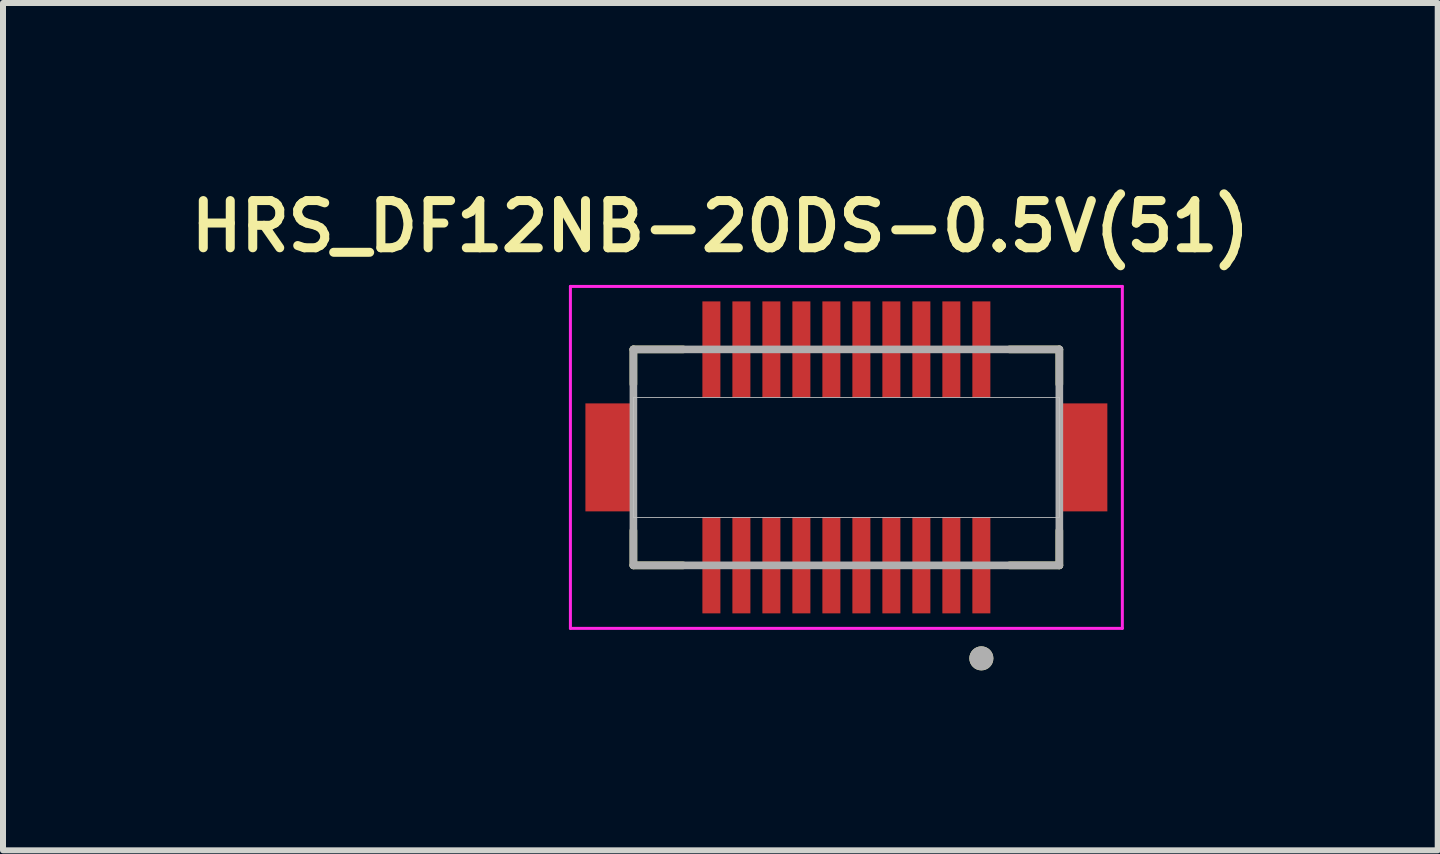
<source format=kicad_pcb>
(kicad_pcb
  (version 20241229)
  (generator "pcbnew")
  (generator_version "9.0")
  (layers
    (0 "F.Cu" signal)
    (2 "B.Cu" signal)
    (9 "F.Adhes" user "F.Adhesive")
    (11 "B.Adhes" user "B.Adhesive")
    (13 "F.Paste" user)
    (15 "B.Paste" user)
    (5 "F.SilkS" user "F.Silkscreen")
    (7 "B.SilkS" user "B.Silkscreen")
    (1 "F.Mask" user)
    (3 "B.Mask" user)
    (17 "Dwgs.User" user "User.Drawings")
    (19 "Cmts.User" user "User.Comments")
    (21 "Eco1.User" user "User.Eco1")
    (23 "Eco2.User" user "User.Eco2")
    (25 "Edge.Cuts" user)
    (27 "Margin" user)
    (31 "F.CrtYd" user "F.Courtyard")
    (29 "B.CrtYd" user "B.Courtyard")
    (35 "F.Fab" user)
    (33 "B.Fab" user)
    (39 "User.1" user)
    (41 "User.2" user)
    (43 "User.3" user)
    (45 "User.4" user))
  (footprint "HRS_DF12NB-20DS-0.5V(51)"
    (layer "F.Cu")
    (at 11.058 4.574)
    (property "Reference" "HRS_DF12NB-20DS-0.5V(51)" (at -2.1 -3.85 0) (layer "F.SilkS") (effects (font (size 0.787 0.787) (thickness 0.15))))
    (attr smd)
    (fp_poly (pts (xy -2.45 -2.65) (xy -2.05 -2.65) (xy -2.05 -0.95) (xy -2.45 -0.95)) (stroke (width 0.01) (type solid)) (fill yes) (layer "F.Mask"))
    (fp_poly (pts (xy -2.45 0.95) (xy -2.05 0.95) (xy -2.05 2.65) (xy -2.45 2.65)) (stroke (width 0.01) (type solid)) (fill yes) (layer "F.Mask"))
    (fp_poly (pts (xy -1.95 -2.65) (xy -1.55 -2.65) (xy -1.55 -0.95) (xy -1.95 -0.95)) (stroke (width 0.01) (type solid)) (fill yes) (layer "F.Mask"))
    (fp_poly (pts (xy -1.95 0.95) (xy -1.55 0.95) (xy -1.55 2.65) (xy -1.95 2.65)) (stroke (width 0.01) (type solid)) (fill yes) (layer "F.Mask"))
    (fp_poly (pts (xy -1.45 -2.65) (xy -1.05 -2.65) (xy -1.05 -0.95) (xy -1.45 -0.95)) (stroke (width 0.01) (type solid)) (fill yes) (layer "F.Mask"))
    (fp_poly (pts (xy -1.45 0.95) (xy -1.05 0.95) (xy -1.05 2.65) (xy -1.45 2.65)) (stroke (width 0.01) (type solid)) (fill yes) (layer "F.Mask"))
    (fp_poly (pts (xy -0.95 -2.65) (xy -0.55 -2.65) (xy -0.55 -0.95) (xy -0.95 -0.95)) (stroke (width 0.01) (type solid)) (fill yes) (layer "F.Mask"))
    (fp_poly (pts (xy -0.95 0.95) (xy -0.55 0.95) (xy -0.55 2.65) (xy -0.95 2.65)) (stroke (width 0.01) (type solid)) (fill yes) (layer "F.Mask"))
    (fp_poly (pts (xy -0.45 -2.65) (xy -0.05 -2.65) (xy -0.05 -0.95) (xy -0.45 -0.95)) (stroke (width 0.01) (type solid)) (fill yes) (layer "F.Mask"))
    (fp_poly (pts (xy -0.45 0.95) (xy -0.05 0.95) (xy -0.05 2.65) (xy -0.45 2.65)) (stroke (width 0.01) (type solid)) (fill yes) (layer "F.Mask"))
    (fp_poly (pts (xy 0.05 -2.65) (xy 0.45 -2.65) (xy 0.45 -0.95) (xy 0.05 -0.95)) (stroke (width 0.01) (type solid)) (fill yes) (layer "F.Mask"))
    (fp_poly (pts (xy 0.05 0.95) (xy 0.45 0.95) (xy 0.45 2.65) (xy 0.05 2.65)) (stroke (width 0.01) (type solid)) (fill yes) (layer "F.Mask"))
    (fp_poly (pts (xy 0.55 -2.65) (xy 0.95 -2.65) (xy 0.95 -0.95) (xy 0.55 -0.95)) (stroke (width 0.01) (type solid)) (fill yes) (layer "F.Mask"))
    (fp_poly (pts (xy 0.55 0.95) (xy 0.95 0.95) (xy 0.95 2.65) (xy 0.55 2.65)) (stroke (width 0.01) (type solid)) (fill yes) (layer "F.Mask"))
    (fp_poly (pts (xy 1.05 -2.65) (xy 1.45 -2.65) (xy 1.45 -0.95) (xy 1.05 -0.95)) (stroke (width 0.01) (type solid)) (fill yes) (layer "F.Mask"))
    (fp_poly (pts (xy 1.05 0.95) (xy 1.45 0.95) (xy 1.45 2.65) (xy 1.05 2.65)) (stroke (width 0.01) (type solid)) (fill yes) (layer "F.Mask"))
    (fp_poly (pts (xy 1.55 -2.65) (xy 1.95 -2.65) (xy 1.95 -0.95) (xy 1.55 -0.95)) (stroke (width 0.01) (type solid)) (fill yes) (layer "F.Mask"))
    (fp_poly (pts (xy 1.55 0.95) (xy 1.95 0.95) (xy 1.95 2.65) (xy 1.55 2.65)) (stroke (width 0.01) (type solid)) (fill yes) (layer "F.Mask"))
    (fp_poly (pts (xy 2.05 -2.65) (xy 2.45 -2.65) (xy 2.45 -0.95) (xy 2.05 -0.95)) (stroke (width 0.01) (type solid)) (fill yes) (layer "F.Mask"))
    (fp_poly (pts (xy 2.05 0.95) (xy 2.45 0.95) (xy 2.45 2.65) (xy 2.05 2.65)) (stroke (width 0.01) (type solid)) (fill yes) (layer "F.Mask"))
    (fp_line (start -3.55 -1.8) (end -3.55 -1.22) (stroke (width 0.127) (type solid)) (layer "F.SilkS"))
    (fp_line (start -3.55 1.8) (end -3.55 1.22) (stroke (width 0.127) (type solid)) (layer "F.SilkS"))
    (fp_line (start -3.55 1.8) (end -2.72 1.8) (stroke (width 0.127) (type solid)) (layer "F.SilkS"))
    (fp_line (start -2.72 -1.8) (end -3.55 -1.8) (stroke (width 0.127) (type solid)) (layer "F.SilkS"))
    (fp_line (start 2.72 1.8) (end 3.55 1.8) (stroke (width 0.127) (type solid)) (layer "F.SilkS"))
    (fp_line (start 3.55 -1.8) (end 2.72 -1.8) (stroke (width 0.127) (type solid)) (layer "F.SilkS"))
    (fp_line (start 3.55 -1.22) (end 3.55 -1.8) (stroke (width 0.127) (type solid)) (layer "F.SilkS"))
    (fp_line (start 3.55 1.8) (end 3.55 1.22) (stroke (width 0.127) (type solid)) (layer "F.SilkS"))
    (fp_circle (center 2.25 3.35) (end 2.35 3.35) (stroke (width 0.2) (type solid)) (fill no) (layer "F.SilkS"))
    (fp_poly (pts (xy -2.39 -2.6) (xy -2.11 -2.6) (xy -2.11 -1.4) (xy -2.39 -1.4)) (stroke (width 0.01) (type solid)) (fill yes) (layer "F.Paste"))
    (fp_poly (pts (xy -2.39 1.4) (xy -2.11 1.4) (xy -2.11 2.6) (xy -2.39 2.6)) (stroke (width 0.01) (type solid)) (fill yes) (layer "F.Paste"))
    (fp_poly (pts (xy -1.89 -2.6) (xy -1.61 -2.6) (xy -1.61 -1.4) (xy -1.89 -1.4)) (stroke (width 0.01) (type solid)) (fill yes) (layer "F.Paste"))
    (fp_poly (pts (xy -1.89 1.4) (xy -1.61 1.4) (xy -1.61 2.6) (xy -1.89 2.6)) (stroke (width 0.01) (type solid)) (fill yes) (layer "F.Paste"))
    (fp_poly (pts (xy -1.39 -2.6) (xy -1.11 -2.6) (xy -1.11 -1.4) (xy -1.39 -1.4)) (stroke (width 0.01) (type solid)) (fill yes) (layer "F.Paste"))
    (fp_poly (pts (xy -1.39 1.4) (xy -1.11 1.4) (xy -1.11 2.6) (xy -1.39 2.6)) (stroke (width 0.01) (type solid)) (fill yes) (layer "F.Paste"))
    (fp_poly (pts (xy -0.89 -2.6) (xy -0.61 -2.6) (xy -0.61 -1.4) (xy -0.89 -1.4)) (stroke (width 0.01) (type solid)) (fill yes) (layer "F.Paste"))
    (fp_poly (pts (xy -0.89 1.4) (xy -0.61 1.4) (xy -0.61 2.6) (xy -0.89 2.6)) (stroke (width 0.01) (type solid)) (fill yes) (layer "F.Paste"))
    (fp_poly (pts (xy -0.39 -2.6) (xy -0.11 -2.6) (xy -0.11 -1.4) (xy -0.39 -1.4)) (stroke (width 0.01) (type solid)) (fill yes) (layer "F.Paste"))
    (fp_poly (pts (xy -0.39 1.4) (xy -0.11 1.4) (xy -0.11 2.6) (xy -0.39 2.6)) (stroke (width 0.01) (type solid)) (fill yes) (layer "F.Paste"))
    (fp_poly (pts (xy 0.11 -2.6) (xy 0.39 -2.6) (xy 0.39 -1.4) (xy 0.11 -1.4)) (stroke (width 0.01) (type solid)) (fill yes) (layer "F.Paste"))
    (fp_poly (pts (xy 0.11 1.4) (xy 0.39 1.4) (xy 0.39 2.6) (xy 0.11 2.6)) (stroke (width 0.01) (type solid)) (fill yes) (layer "F.Paste"))
    (fp_poly (pts (xy 0.61 -2.6) (xy 0.89 -2.6) (xy 0.89 -1.4) (xy 0.61 -1.4)) (stroke (width 0.01) (type solid)) (fill yes) (layer "F.Paste"))
    (fp_poly (pts (xy 0.61 1.4) (xy 0.89 1.4) (xy 0.89 2.6) (xy 0.61 2.6)) (stroke (width 0.01) (type solid)) (fill yes) (layer "F.Paste"))
    (fp_poly (pts (xy 1.11 -2.6) (xy 1.39 -2.6) (xy 1.39 -1.4) (xy 1.11 -1.4)) (stroke (width 0.01) (type solid)) (fill yes) (layer "F.Paste"))
    (fp_poly (pts (xy 1.11 1.4) (xy 1.39 1.4) (xy 1.39 2.6) (xy 1.11 2.6)) (stroke (width 0.01) (type solid)) (fill yes) (layer "F.Paste"))
    (fp_poly (pts (xy 1.61 -2.6) (xy 1.89 -2.6) (xy 1.89 -1.4) (xy 1.61 -1.4)) (stroke (width 0.01) (type solid)) (fill yes) (layer "F.Paste"))
    (fp_poly (pts (xy 1.61 1.4) (xy 1.89 1.4) (xy 1.89 2.6) (xy 1.61 2.6)) (stroke (width 0.01) (type solid)) (fill yes) (layer "F.Paste"))
    (fp_poly (pts (xy 2.11 -2.6) (xy 2.39 -2.6) (xy 2.39 -1.4) (xy 2.11 -1.4)) (stroke (width 0.01) (type solid)) (fill yes) (layer "F.Paste"))
    (fp_poly (pts (xy 2.11 1.4) (xy 2.39 1.4) (xy 2.39 2.6) (xy 2.11 2.6)) (stroke (width 0.01) (type solid)) (fill yes) (layer "F.Paste"))
    (fp_poly (pts (xy -3.55 -1) (xy 3.55 -1) (xy 3.55 1) (xy -3.55 1)) (stroke (width 0.01) (type solid)) (fill no) (layer "Dwgs.User"))
    (fp_poly (pts (xy -3.55 -1) (xy 3.55 -1) (xy 3.55 1) (xy -3.55 1)) (stroke (width 0.01) (type solid)) (fill no) (layer "Dwgs.User"))
    (fp_line (start -4.6 -2.85) (end -4.6 2.85) (stroke (width 0.05) (type solid)) (layer "F.CrtYd"))
    (fp_line (start -4.6 2.85) (end 4.6 2.85) (stroke (width 0.05) (type solid)) (layer "F.CrtYd"))
    (fp_line (start 4.6 -2.85) (end -4.6 -2.85) (stroke (width 0.05) (type solid)) (layer "F.CrtYd"))
    (fp_line (start 4.6 2.85) (end 4.6 -2.85) (stroke (width 0.05) (type solid)) (layer "F.CrtYd"))
    (fp_line (start -3.55 -1.8) (end -3.55 1.8) (stroke (width 0.127) (type solid)) (layer "F.Fab"))
    (fp_line (start -3.55 1.8) (end 3.55 1.8) (stroke (width 0.127) (type solid)) (layer "F.Fab"))
    (fp_line (start 3.55 -1.8) (end -3.55 -1.8) (stroke (width 0.127) (type solid)) (layer "F.Fab"))
    (fp_line (start 3.55 1.8) (end 3.55 -1.8) (stroke (width 0.127) (type solid)) (layer "F.Fab"))
    (fp_circle (center 2.25 3.35) (end 2.35 3.35) (stroke (width 0.2) (type solid)) (fill no) (layer "F.Fab"))
    (pad "1" smd rect (at 2.25 1.8) (size 0.3 1.6) (layers "F.Cu"))
    (pad "2" smd rect (at 2.25 -1.8) (size 0.3 1.6) (layers "F.Cu"))
    (pad "3" smd rect (at 1.75 1.8) (size 0.3 1.6) (layers "F.Cu"))
    (pad "4" smd rect (at 1.75 -1.8) (size 0.3 1.6) (layers "F.Cu"))
    (pad "5" smd rect (at 1.25 1.8) (size 0.3 1.6) (layers "F.Cu"))
    (pad "6" smd rect (at 1.25 -1.8) (size 0.3 1.6) (layers "F.Cu"))
    (pad "7" smd rect (at 0.75 1.8) (size 0.3 1.6) (layers "F.Cu"))
    (pad "8" smd rect (at 0.75 -1.8) (size 0.3 1.6) (layers "F.Cu"))
    (pad "9" smd rect (at 0.25 1.8) (size 0.3 1.6) (layers "F.Cu"))
    (pad "10" smd rect (at 0.25 -1.8) (size 0.3 1.6) (layers "F.Cu"))
    (pad "11" smd rect (at -0.25 1.8) (size 0.3 1.6) (layers "F.Cu"))
    (pad "12" smd rect (at -0.25 -1.8) (size 0.3 1.6) (layers "F.Cu"))
    (pad "13" smd rect (at -0.75 1.8) (size 0.3 1.6) (layers "F.Cu"))
    (pad "14" smd rect (at -0.75 -1.8) (size 0.3 1.6) (layers "F.Cu"))
    (pad "15" smd rect (at -1.25 1.8) (size 0.3 1.6) (layers "F.Cu"))
    (pad "16" smd rect (at -1.25 -1.8) (size 0.3 1.6) (layers "F.Cu"))
    (pad "17" smd rect (at -1.75 1.8) (size 0.3 1.6) (layers "F.Cu"))
    (pad "18" smd rect (at -1.75 -1.8) (size 0.3 1.6) (layers "F.Cu"))
    (pad "19" smd rect (at -2.25 1.8) (size 0.3 1.6) (layers "F.Cu"))
    (pad "20" smd rect (at -2.25 -1.8) (size 0.3 1.6) (layers "F.Cu"))
    (pad "S1" smd rect (at 3.95 0) (size 0.8 1.8) (layers "F.Cu" "F.Mask" "F.Paste"))
    (pad "S2" smd rect (at -3.95 0) (size 0.8 1.8) (layers "F.Cu" "F.Mask" "F.Paste")))
  (gr_rect
    (start -3 -3)
    (end 20.915 11.124)
    (stroke (width 0.1) (type default))
    (fill no)
    (layer "Edge.Cuts")))
</source>
